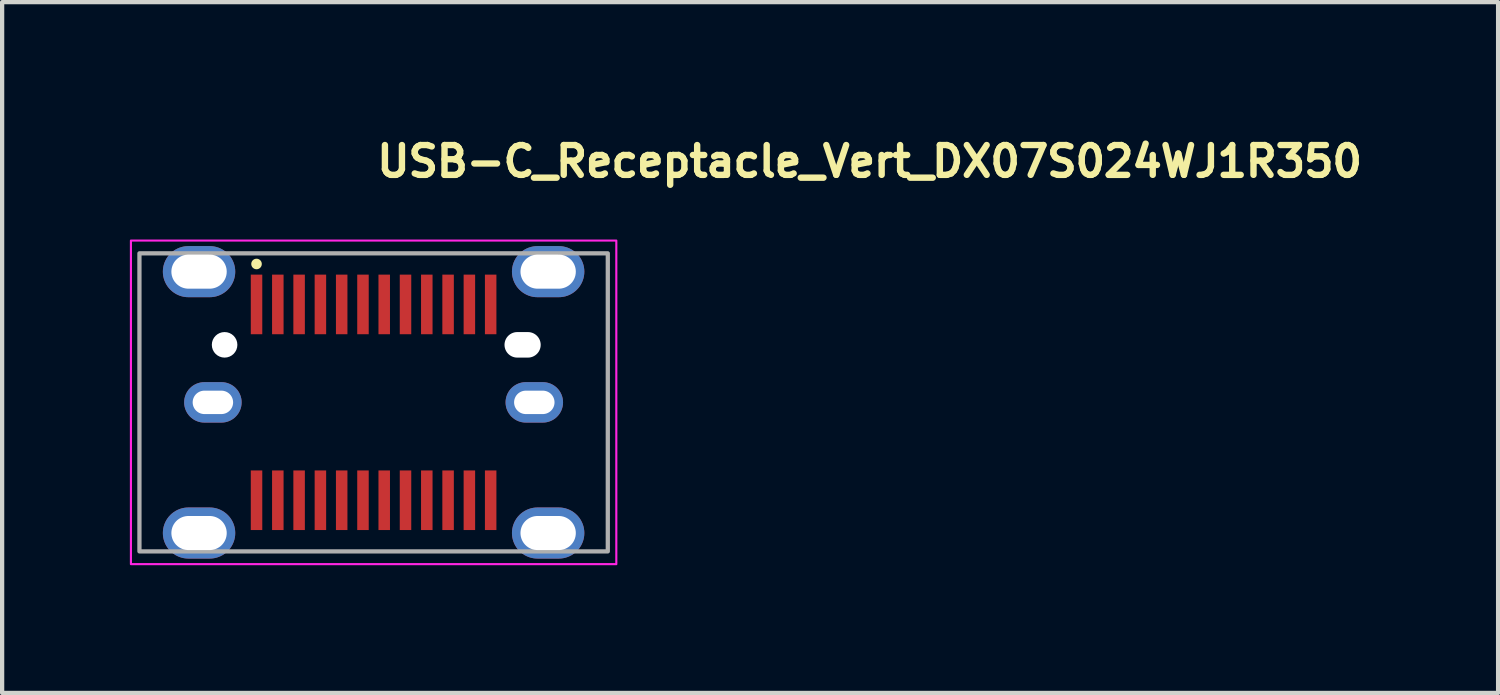
<source format=kicad_pcb>
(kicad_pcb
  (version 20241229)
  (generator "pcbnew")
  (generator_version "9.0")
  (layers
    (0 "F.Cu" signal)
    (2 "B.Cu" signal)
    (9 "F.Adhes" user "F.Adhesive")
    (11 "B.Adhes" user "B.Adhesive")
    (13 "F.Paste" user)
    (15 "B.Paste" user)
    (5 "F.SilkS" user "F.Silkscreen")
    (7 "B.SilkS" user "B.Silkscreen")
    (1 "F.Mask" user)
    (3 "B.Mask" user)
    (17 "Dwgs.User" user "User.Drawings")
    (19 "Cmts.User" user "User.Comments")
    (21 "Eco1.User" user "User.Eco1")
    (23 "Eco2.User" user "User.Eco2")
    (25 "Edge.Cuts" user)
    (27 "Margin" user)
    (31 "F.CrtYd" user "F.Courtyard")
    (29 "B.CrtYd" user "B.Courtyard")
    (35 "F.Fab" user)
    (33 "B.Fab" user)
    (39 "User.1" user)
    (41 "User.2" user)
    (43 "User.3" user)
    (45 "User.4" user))
  (footprint "USB-C_Receptacle_Vert_DX07S024WJ1R350"
    (layer "F.Cu")
    (at 5.725 6.4)
    (property "Reference" "USB-C_Receptacle_Vert_DX07S024WJ1R350" (at 0 -5.25 0) (unlocked yes) (layer "F.SilkS") (effects (font (size 0.7 0.7) (thickness 0.15)) (justify left bottom)))
    (attr smd)
    (fp_circle (center -2.75 -3.25) (end -2.701 -3.25) (stroke (width 0.15) (type solid)) (fill yes) (layer "F.SilkS"))
    (fp_rect (start -5.7 -3.8) (end 5.7 3.8) (stroke (width 0.05) (type solid)) (fill no) (layer "F.CrtYd"))
    (fp_rect (start -5.5 -3.5) (end 5.5 3.5) (stroke (width 0.1) (type solid)) (fill no) (layer "F.Fab"))
    (pad "" np_thru_hole circle (at -3.5 -1.351) (size 0.6 0.6) (drill 0.6) (layers "*.Cu" "*.Mask"))
    (pad "" np_thru_hole oval (at 3.499 -1.351) (size 0.85 0.6) (drill oval 0.85 0.6) (layers "*.Cu" "*.Mask"))
    (pad "A1" smd rect (at -2.75 -2.3) (size 0.27 1.4) (layers "F.Cu" "F.Mask" "F.Paste"))
    (pad "A2" smd rect (at -2.25 -2.3) (size 0.27 1.4) (layers "F.Cu" "F.Mask" "F.Paste"))
    (pad "A3" smd rect (at -1.75 -2.3) (size 0.27 1.4) (layers "F.Cu" "F.Mask" "F.Paste"))
    (pad "A4" smd rect (at -1.25 -2.3) (size 0.27 1.4) (layers "F.Cu" "F.Mask" "F.Paste"))
    (pad "A5" smd rect (at -0.75 -2.3) (size 0.27 1.4) (layers "F.Cu" "F.Mask" "F.Paste"))
    (pad "A6" smd rect (at -0.25 -2.3) (size 0.27 1.4) (layers "F.Cu" "F.Mask" "F.Paste"))
    (pad "A7" smd rect (at 0.249 -2.3) (size 0.27 1.4) (layers "F.Cu" "F.Mask" "F.Paste"))
    (pad "A8" smd rect (at 0.749 -2.3) (size 0.27 1.4) (layers "F.Cu" "F.Mask" "F.Paste"))
    (pad "A9" smd rect (at 1.249 -2.3) (size 0.27 1.4) (layers "F.Cu" "F.Mask" "F.Paste"))
    (pad "A10" smd rect (at 1.749 -2.3) (size 0.27 1.4) (layers "F.Cu" "F.Mask" "F.Paste"))
    (pad "A11" smd rect (at 2.249 -2.3) (size 0.27 1.4) (layers "F.Cu" "F.Mask" "F.Paste"))
    (pad "A12" smd rect (at 2.749 -2.3) (size 0.27 1.4) (layers "F.Cu" "F.Mask" "F.Paste"))
    (pad "B1" smd rect (at 2.749 2.299) (size 0.27 1.4) (layers "F.Cu" "F.Mask" "F.Paste"))
    (pad "B2" smd rect (at 2.249 2.299) (size 0.27 1.4) (layers "F.Cu" "F.Mask" "F.Paste"))
    (pad "B3" smd rect (at 1.749 2.299) (size 0.27 1.4) (layers "F.Cu" "F.Mask" "F.Paste"))
    (pad "B4" smd rect (at 1.249 2.299) (size 0.27 1.4) (layers "F.Cu" "F.Mask" "F.Paste"))
    (pad "B5" smd rect (at 0.749 2.299) (size 0.27 1.4) (layers "F.Cu" "F.Mask" "F.Paste"))
    (pad "B6" smd rect (at 0.249 2.299) (size 0.27 1.4) (layers "F.Cu" "F.Mask" "F.Paste"))
    (pad "B7" smd rect (at -0.25 2.299) (size 0.27 1.4) (layers "F.Cu" "F.Mask" "F.Paste"))
    (pad "B8" smd rect (at -0.75 2.299) (size 0.27 1.4) (layers "F.Cu" "F.Mask" "F.Paste"))
    (pad "B9" smd rect (at -1.25 2.299) (size 0.27 1.4) (layers "F.Cu" "F.Mask" "F.Paste"))
    (pad "B10" smd rect (at -1.75 2.299) (size 0.27 1.4) (layers "F.Cu" "F.Mask" "F.Paste"))
    (pad "B11" smd rect (at -2.25 2.299) (size 0.27 1.4) (layers "F.Cu" "F.Mask" "F.Paste"))
    (pad "B12" smd rect (at -2.75 2.299) (size 0.27 1.4) (layers "F.Cu" "F.Mask" "F.Paste"))
    (pad "SH" thru_hole oval (at -4.1 -3.07) (size 1.7 1.2) (drill oval 1.3 0.8) (layers "*.Cu" "*.Mask"))
    (pad "SH" thru_hole oval (at -4.1 3.069) (size 1.7 1.2) (drill oval 1.3 0.8) (layers "*.Cu" "*.Mask"))
    (pad "SH" thru_hole oval (at -3.775 0) (size 1.35 0.95) (drill oval 0.95 0.55) (layers "*.Cu" "*.Mask"))
    (pad "SH" thru_hole oval (at 3.774 0) (size 1.35 0.95) (drill oval 0.95 0.55) (layers "*.Cu" "*.Mask"))
    (pad "SH" thru_hole oval (at 4.099 -3.07) (size 1.7 1.2) (drill oval 1.3 0.8) (layers "*.Cu" "*.Mask"))
    (pad "SH" thru_hole oval (at 4.099 3.069) (size 1.7 1.2) (drill oval 1.3 0.8) (layers "*.Cu" "*.Mask")))
  (gr_rect
    (start -3 -3)
    (end 32.135 13.225)
    (stroke (width 0.1) (type default))
    (fill no)
    (layer "Edge.Cuts")))
</source>
